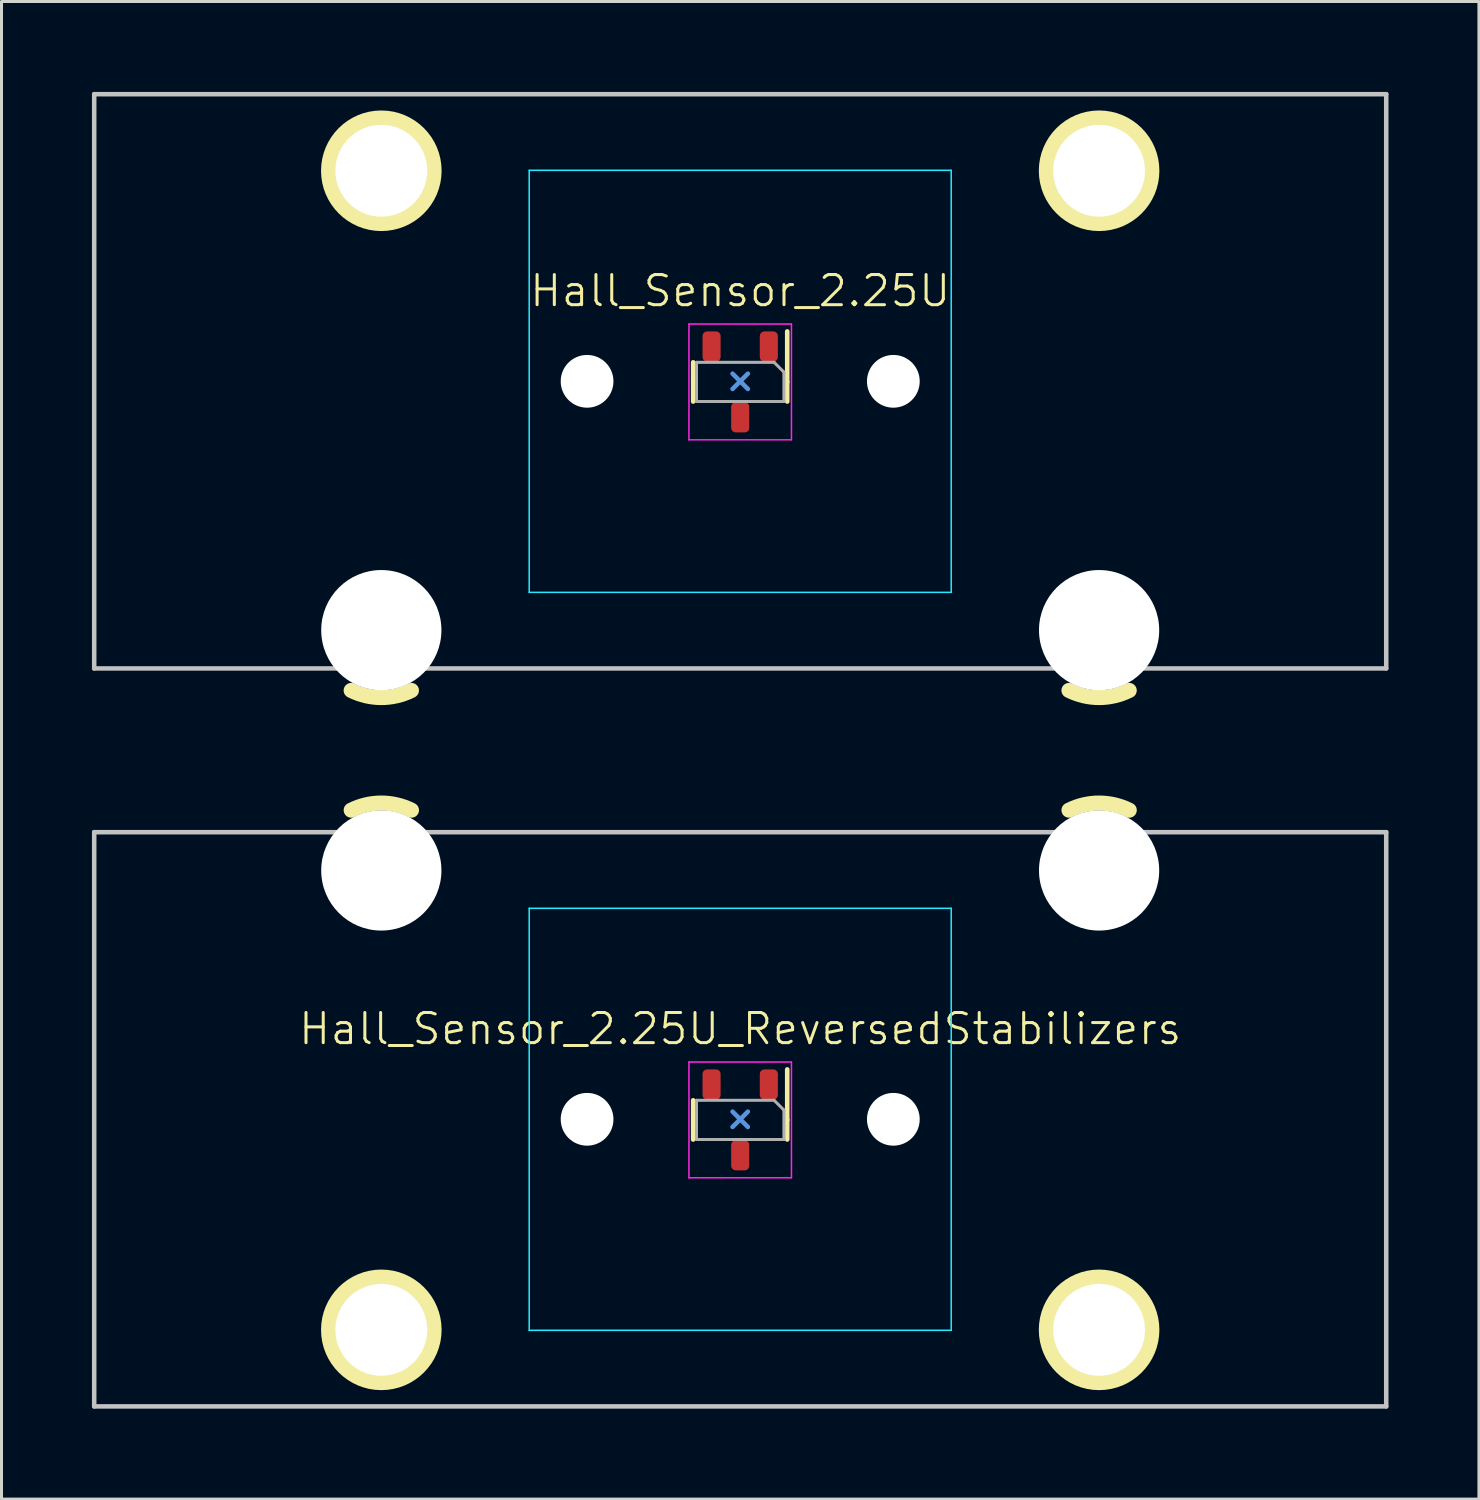
<source format=kicad_pcb>
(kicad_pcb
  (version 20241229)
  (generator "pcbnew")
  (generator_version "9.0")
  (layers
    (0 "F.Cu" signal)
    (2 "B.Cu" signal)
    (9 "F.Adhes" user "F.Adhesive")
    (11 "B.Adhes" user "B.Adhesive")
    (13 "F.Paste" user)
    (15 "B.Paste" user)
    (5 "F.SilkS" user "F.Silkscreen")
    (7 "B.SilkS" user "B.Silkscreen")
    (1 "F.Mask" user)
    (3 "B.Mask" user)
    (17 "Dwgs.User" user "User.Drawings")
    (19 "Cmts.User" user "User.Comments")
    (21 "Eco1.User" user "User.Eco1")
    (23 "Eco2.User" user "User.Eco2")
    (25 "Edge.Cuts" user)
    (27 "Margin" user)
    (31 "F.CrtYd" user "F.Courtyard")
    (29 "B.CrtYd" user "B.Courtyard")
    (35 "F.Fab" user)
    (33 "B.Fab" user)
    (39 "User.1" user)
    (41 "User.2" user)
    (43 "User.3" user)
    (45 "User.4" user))
  (footprint "Hall_Sensor_2.25U_ReversedStabilizers"
    (layer "F.Cu")
    (at 21.506 34.082)
    (property "Reference" "Hall_Sensor_2.25U_ReversedStabilizers" (at 0 -3 0) (unlocked yes) (layer "F.SilkS") (effects (font (size 1 1) (thickness 0.1))))
    (attr smd)
    (fp_line (start -1.56 -0.63) (end -1.56 0.02) (stroke (width 0.153) (type solid)) (layer "F.SilkS"))
    (fp_line (start -1.56 0.67) (end -1.56 0.02) (stroke (width 0.153) (type solid)) (layer "F.SilkS"))
    (fp_line (start 1.56 -1.655) (end 1.56 0.02) (stroke (width 0.153) (type solid)) (layer "F.SilkS"))
    (fp_line (start 1.56 0.67) (end 1.56 0.02) (stroke (width 0.153) (type solid)) (layer "F.SilkS"))
    (fp_arc (start -12.905199 -10.255525) (mid -11.905663 -10.491068) (end -10.90625 -10.255) (stroke (width 0.5) (type solid)) (layer "F.SilkS"))
    (fp_arc (start 10.907301 -10.255525) (mid 11.906837 -10.491068) (end 12.90625 -10.255) (stroke (width 0.5) (type solid)) (layer "F.SilkS"))
    (fp_circle (center -11.906 6.985) (end -10.156 6.985) (stroke (width 0.5) (type solid)) (fill no) (layer "F.SilkS"))
    (fp_circle (center 11.906 6.985) (end 13.656 6.985) (stroke (width 0.5) (type solid)) (fill no) (layer "F.SilkS"))
    (fp_line (start -21.431 -9.525) (end 21.431 -9.525) (stroke (width 0.15) (type solid)) (layer "Dwgs.User"))
    (fp_line (start -21.431 9.525) (end -21.431 -9.525) (stroke (width 0.15) (type solid)) (layer "Dwgs.User"))
    (fp_line (start -21.431 9.525) (end 21.431 9.525) (stroke (width 0.15) (type solid)) (layer "Dwgs.User"))
    (fp_line (start 21.431 -9.525) (end 21.431 9.525) (stroke (width 0.15) (type solid)) (layer "Dwgs.User"))
    (fp_line (start 0.254 -0.254) (end -0.254 0.254) (stroke (width 0.15) (type default)) (layer "Cmts.User"))
    (fp_line (start 0.254 0.254) (end -0.254 -0.254) (stroke (width 0.15) (type default)) (layer "Cmts.User"))
    (fp_line (start -7 -6.5) (end -7 6.5) (stroke (width 0.15) (type solid)) (layer "Eco2.User"))
    (fp_line (start -6.5 7) (end 6.5 7) (stroke (width 0.15) (type solid)) (layer "Eco2.User"))
    (fp_line (start 6.5 -7) (end -6.5 -7) (stroke (width 0.15) (type solid)) (layer "Eco2.User"))
    (fp_line (start 7 6.5) (end 7 -6.5) (stroke (width 0.15) (type solid)) (layer "Eco2.User"))
    (fp_arc (start -7 -6.500001) (mid -6.853553 -6.853553) (end -6.500001 -7) (stroke (width 0.15) (type solid)) (layer "Eco2.User"))
    (fp_arc (start -6.500001 7) (mid -6.853553 6.853553) (end -7 6.500001) (stroke (width 0.15) (type solid)) (layer "Eco2.User"))
    (fp_arc (start 6.500001 -7) (mid 6.853553 -6.853553) (end 7 -6.500001) (stroke (width 0.15) (type solid)) (layer "Eco2.User"))
    (fp_arc (start 6.997236 6.498884) (mid 6.850791 6.852425) (end 6.497236 6.998884) (stroke (width 0.15) (type solid)) (layer "Eco2.User"))
    (fp_line (start -7 -7) (end -7 7) (stroke (width 0.05) (type solid)) (layer "B.CrtYd"))
    (fp_line (start -7 7) (end 7 7) (stroke (width 0.05) (type solid)) (layer "B.CrtYd"))
    (fp_line (start 7 -7) (end -7 -7) (stroke (width 0.05) (type solid)) (layer "B.CrtYd"))
    (fp_line (start 7 7) (end 7 -7) (stroke (width 0.05) (type solid)) (layer "B.CrtYd"))
    (fp_line (start -1.7 -1.9) (end 1.7 -1.9) (stroke (width 0.05) (type solid)) (layer "F.CrtYd"))
    (fp_line (start -1.7 1.94) (end -1.7 -1.9) (stroke (width 0.05) (type solid)) (layer "F.CrtYd"))
    (fp_line (start 1.7 -1.9) (end 1.7 1.94) (stroke (width 0.05) (type solid)) (layer "F.CrtYd"))
    (fp_line (start 1.7 1.94) (end -1.7 1.94) (stroke (width 0.05) (type solid)) (layer "F.CrtYd"))
    (fp_line (start -1.45 -0.63) (end -1.45 0.67) (stroke (width 0.1) (type solid)) (layer "F.Fab"))
    (fp_line (start -1.45 0.67) (end 1.45 0.67) (stroke (width 0.1) (type solid)) (layer "F.Fab"))
    (fp_line (start 1.125 -0.63) (end -1.45 -0.63) (stroke (width 0.1) (type solid)) (layer "F.Fab"))
    (fp_line (start 1.45 -0.305) (end 1.125 -0.63) (stroke (width 0.1) (type solid)) (layer "F.Fab"))
    (fp_line (start 1.45 0.67) (end 1.45 -0.305) (stroke (width 0.1) (type solid)) (layer "F.Fab"))
    (pad "" np_thru_hole circle (at -11.906 -8.255 180) (size 3.988 3.988) (drill 3.988) (layers "*.Cu" "*.Mask"))
    (pad "" np_thru_hole circle (at -11.906 6.985 180) (size 3.048 3.048) (drill 3.048) (layers "*.Cu" "*.Mask"))
    (pad "" np_thru_hole circle (at -5.08 0) (size 1.75 1.75) (drill 1.75) (layers "*.Cu" "*.Mask"))
    (pad "" np_thru_hole circle (at 5.08 0) (size 1.75 1.75) (drill 1.75) (layers "*.Cu" "*.Mask"))
    (pad "" np_thru_hole circle (at 11.906 -8.255 180) (size 3.988 3.988) (drill 3.988) (layers "*.Cu" "*.Mask"))
    (pad "" np_thru_hole circle (at 11.906 6.985 180) (size 3.048 3.048) (drill 3.048) (layers "*.Cu" "*.Mask"))
    (pad "1" smd roundrect (at 0.95 -1.155 270) (size 1 0.6) (layers "F.Cu" "F.Mask" "F.Paste") (roundrect_rratio 0.25))
    (pad "2" smd roundrect (at 0 1.195 270) (size 1 0.6) (layers "F.Cu" "F.Mask" "F.Paste") (roundrect_rratio 0.25))
    (pad "3" smd roundrect (at -0.95 -1.155 270) (size 1 0.6) (layers "F.Cu" "F.Mask" "F.Paste") (roundrect_rratio 0.25))
    (zone (net_name "") (layers "F.Cu" "B.Cu") (hatch edge 0.5) (connect_pads) (min_thickness 0.25) (filled_areas_thickness no) (keepout (tracks allowed) (vias allowed) (pads allowed) (copperpour not_allowed) (footprints allowed)) (placement (enabled no)) (fill) (polygon (pts (xy 23.256 34.082) (xy 23.237 33.821) (xy 23.179 33.566) (xy 23.083 33.323) (xy 22.952 33.096) (xy 22.789 32.892) (xy 22.597 32.714) (xy 22.381 32.567) (xy 22.146 32.453) (xy 21.896 32.376) (xy 21.637 32.337) (xy 21.375 32.337) (xy 21.117 32.376) (xy 20.867 32.453) (xy 20.631 32.567) (xy 20.415 32.714) (xy 20.223 32.892) (xy 20.06 33.096) (xy 19.93 33.323) (xy 19.834 33.566) (xy 19.776 33.821) (xy 19.756 34.082) (xy 19.776 34.343) (xy 19.834 34.598) (xy 19.93 34.841) (xy 20.06 35.068) (xy 20.223 35.272) (xy 20.415 35.45) (xy 20.631 35.598) (xy 20.867 35.711) (xy 21.117 35.788) (xy 21.375 35.827) (xy 21.637 35.827) (xy 21.896 35.788) (xy 22.146 35.711) (xy 22.381 35.598) (xy 22.597 35.45) (xy 22.789 35.272) (xy 22.952 35.068) (xy 23.083 34.841) (xy 23.179 34.598) (xy 23.237 34.343)))))
  (footprint "Hall_Sensor_2.25U"
    (layer "F.Cu")
    (at 21.506 9.6)
    (property "Reference" "Hall_Sensor_2.25U" (at 0 -3 0) (unlocked yes) (layer "F.SilkS") (effects (font (size 1 1) (thickness 0.1))))
    (attr smd)
    (fp_line (start -1.56 -0.63) (end -1.56 0.02) (stroke (width 0.153) (type solid)) (layer "F.SilkS"))
    (fp_line (start -1.56 0.67) (end -1.56 0.02) (stroke (width 0.153) (type solid)) (layer "F.SilkS"))
    (fp_line (start 1.56 -1.655) (end 1.56 0.02) (stroke (width 0.153) (type solid)) (layer "F.SilkS"))
    (fp_line (start 1.56 0.67) (end 1.56 0.02) (stroke (width 0.153) (type solid)) (layer "F.SilkS"))
    (fp_arc (start -10.907301 10.255525) (mid -11.906837 10.491068) (end -12.90625 10.255) (stroke (width 0.5) (type solid)) (layer "F.SilkS"))
    (fp_arc (start 12.905199 10.255525) (mid 11.905663 10.491068) (end 10.90625 10.255) (stroke (width 0.5) (type solid)) (layer "F.SilkS"))
    (fp_circle (center -11.906 -6.985) (end -13.656 -6.985) (stroke (width 0.5) (type solid)) (fill no) (layer "F.SilkS"))
    (fp_circle (center 11.906 -6.985) (end 10.156 -6.985) (stroke (width 0.5) (type solid)) (fill no) (layer "F.SilkS"))
    (fp_line (start -21.431 -9.525) (end 21.431 -9.525) (stroke (width 0.15) (type solid)) (layer "Dwgs.User"))
    (fp_line (start -21.431 9.525) (end -21.431 -9.525) (stroke (width 0.15) (type solid)) (layer "Dwgs.User"))
    (fp_line (start -21.431 9.525) (end 21.431 9.525) (stroke (width 0.15) (type solid)) (layer "Dwgs.User"))
    (fp_line (start 21.431 -9.525) (end 21.431 9.525) (stroke (width 0.15) (type solid)) (layer "Dwgs.User"))
    (fp_line (start 0.254 -0.254) (end -0.254 0.254) (stroke (width 0.15) (type default)) (layer "Cmts.User"))
    (fp_line (start 0.254 0.254) (end -0.254 -0.254) (stroke (width 0.15) (type default)) (layer "Cmts.User"))
    (fp_line (start -7 -6.5) (end -7 6.5) (stroke (width 0.15) (type solid)) (layer "Eco2.User"))
    (fp_line (start -6.5 7) (end 6.5 7) (stroke (width 0.15) (type solid)) (layer "Eco2.User"))
    (fp_line (start 6.5 -7) (end -6.5 -7) (stroke (width 0.15) (type solid)) (layer "Eco2.User"))
    (fp_line (start 7 6.5) (end 7 -6.5) (stroke (width 0.15) (type solid)) (layer "Eco2.User"))
    (fp_arc (start -7 -6.500001) (mid -6.853553 -6.853553) (end -6.500001 -7) (stroke (width 0.15) (type solid)) (layer "Eco2.User"))
    (fp_arc (start -6.500001 7) (mid -6.853553 6.853553) (end -7 6.500001) (stroke (width 0.15) (type solid)) (layer "Eco2.User"))
    (fp_arc (start 6.500001 -7) (mid 6.853553 -6.853553) (end 7 -6.500001) (stroke (width 0.15) (type solid)) (layer "Eco2.User"))
    (fp_arc (start 6.997236 6.498884) (mid 6.850791 6.852425) (end 6.497236 6.998884) (stroke (width 0.15) (type solid)) (layer "Eco2.User"))
    (fp_line (start -7 -7) (end -7 7) (stroke (width 0.05) (type solid)) (layer "B.CrtYd"))
    (fp_line (start -7 7) (end 7 7) (stroke (width 0.05) (type solid)) (layer "B.CrtYd"))
    (fp_line (start 7 -7) (end -7 -7) (stroke (width 0.05) (type solid)) (layer "B.CrtYd"))
    (fp_line (start 7 7) (end 7 -7) (stroke (width 0.05) (type solid)) (layer "B.CrtYd"))
    (fp_line (start -1.7 -1.9) (end 1.7 -1.9) (stroke (width 0.05) (type solid)) (layer "F.CrtYd"))
    (fp_line (start -1.7 1.94) (end -1.7 -1.9) (stroke (width 0.05) (type solid)) (layer "F.CrtYd"))
    (fp_line (start 1.7 -1.9) (end 1.7 1.94) (stroke (width 0.05) (type solid)) (layer "F.CrtYd"))
    (fp_line (start 1.7 1.94) (end -1.7 1.94) (stroke (width 0.05) (type solid)) (layer "F.CrtYd"))
    (fp_line (start -1.45 -0.63) (end -1.45 0.67) (stroke (width 0.1) (type solid)) (layer "F.Fab"))
    (fp_line (start -1.45 0.67) (end 1.45 0.67) (stroke (width 0.1) (type solid)) (layer "F.Fab"))
    (fp_line (start 1.125 -0.63) (end -1.45 -0.63) (stroke (width 0.1) (type solid)) (layer "F.Fab"))
    (fp_line (start 1.45 -0.305) (end 1.125 -0.63) (stroke (width 0.1) (type solid)) (layer "F.Fab"))
    (fp_line (start 1.45 0.67) (end 1.45 -0.305) (stroke (width 0.1) (type solid)) (layer "F.Fab"))
    (pad "" np_thru_hole circle (at -11.906 -6.985) (size 3.048 3.048) (drill 3.048) (layers "*.Cu" "*.Mask"))
    (pad "" np_thru_hole circle (at -11.906 8.255) (size 3.988 3.988) (drill 3.988) (layers "*.Cu" "*.Mask"))
    (pad "" np_thru_hole circle (at -5.08 0) (size 1.75 1.75) (drill 1.75) (layers "*.Cu" "*.Mask"))
    (pad "" np_thru_hole circle (at 5.08 0) (size 1.75 1.75) (drill 1.75) (layers "*.Cu" "*.Mask"))
    (pad "" np_thru_hole circle (at 11.906 -6.985) (size 3.048 3.048) (drill 3.048) (layers "*.Cu" "*.Mask"))
    (pad "" np_thru_hole circle (at 11.906 8.255) (size 3.988 3.988) (drill 3.988) (layers "*.Cu" "*.Mask"))
    (pad "1" smd roundrect (at 0.95 -1.155 270) (size 1 0.6) (layers "F.Cu" "F.Mask" "F.Paste") (roundrect_rratio 0.25))
    (pad "2" smd roundrect (at 0 1.195 270) (size 1 0.6) (layers "F.Cu" "F.Mask" "F.Paste") (roundrect_rratio 0.25))
    (pad "3" smd roundrect (at -0.95 -1.155 270) (size 1 0.6) (layers "F.Cu" "F.Mask" "F.Paste") (roundrect_rratio 0.25))
    (zone (net_name "") (layers "F.Cu" "B.Cu") (hatch edge 0.5) (connect_pads) (min_thickness 0.25) (filled_areas_thickness no) (keepout (tracks allowed) (vias allowed) (pads allowed) (copperpour not_allowed) (footprints allowed)) (placement (enabled no)) (fill) (polygon (pts (xy 23.256 9.6) (xy 23.237 9.339) (xy 23.179 9.084) (xy 23.083 8.841) (xy 22.952 8.614) (xy 22.789 8.41) (xy 22.597 8.232) (xy 22.381 8.084) (xy 22.146 7.971) (xy 21.896 7.894) (xy 21.637 7.855) (xy 21.375 7.855) (xy 21.117 7.894) (xy 20.867 7.971) (xy 20.631 8.084) (xy 20.415 8.232) (xy 20.223 8.41) (xy 20.06 8.614) (xy 19.93 8.841) (xy 19.834 9.084) (xy 19.776 9.339) (xy 19.756 9.6) (xy 19.776 9.861) (xy 19.834 10.116) (xy 19.93 10.359) (xy 20.06 10.586) (xy 20.223 10.79) (xy 20.415 10.968) (xy 20.631 11.116) (xy 20.867 11.229) (xy 21.117 11.306) (xy 21.375 11.345) (xy 21.637 11.345) (xy 21.896 11.306) (xy 22.146 11.229) (xy 22.381 11.116) (xy 22.597 10.968) (xy 22.789 10.79) (xy 22.952 10.586) (xy 23.083 10.359) (xy 23.179 10.116) (xy 23.237 9.861)))))
  (gr_rect
    (start -3 -3)
    (end 46.013 46.682)
    (stroke (width 0.1) (type default))
    (fill no)
    (layer "Edge.Cuts")))
</source>
